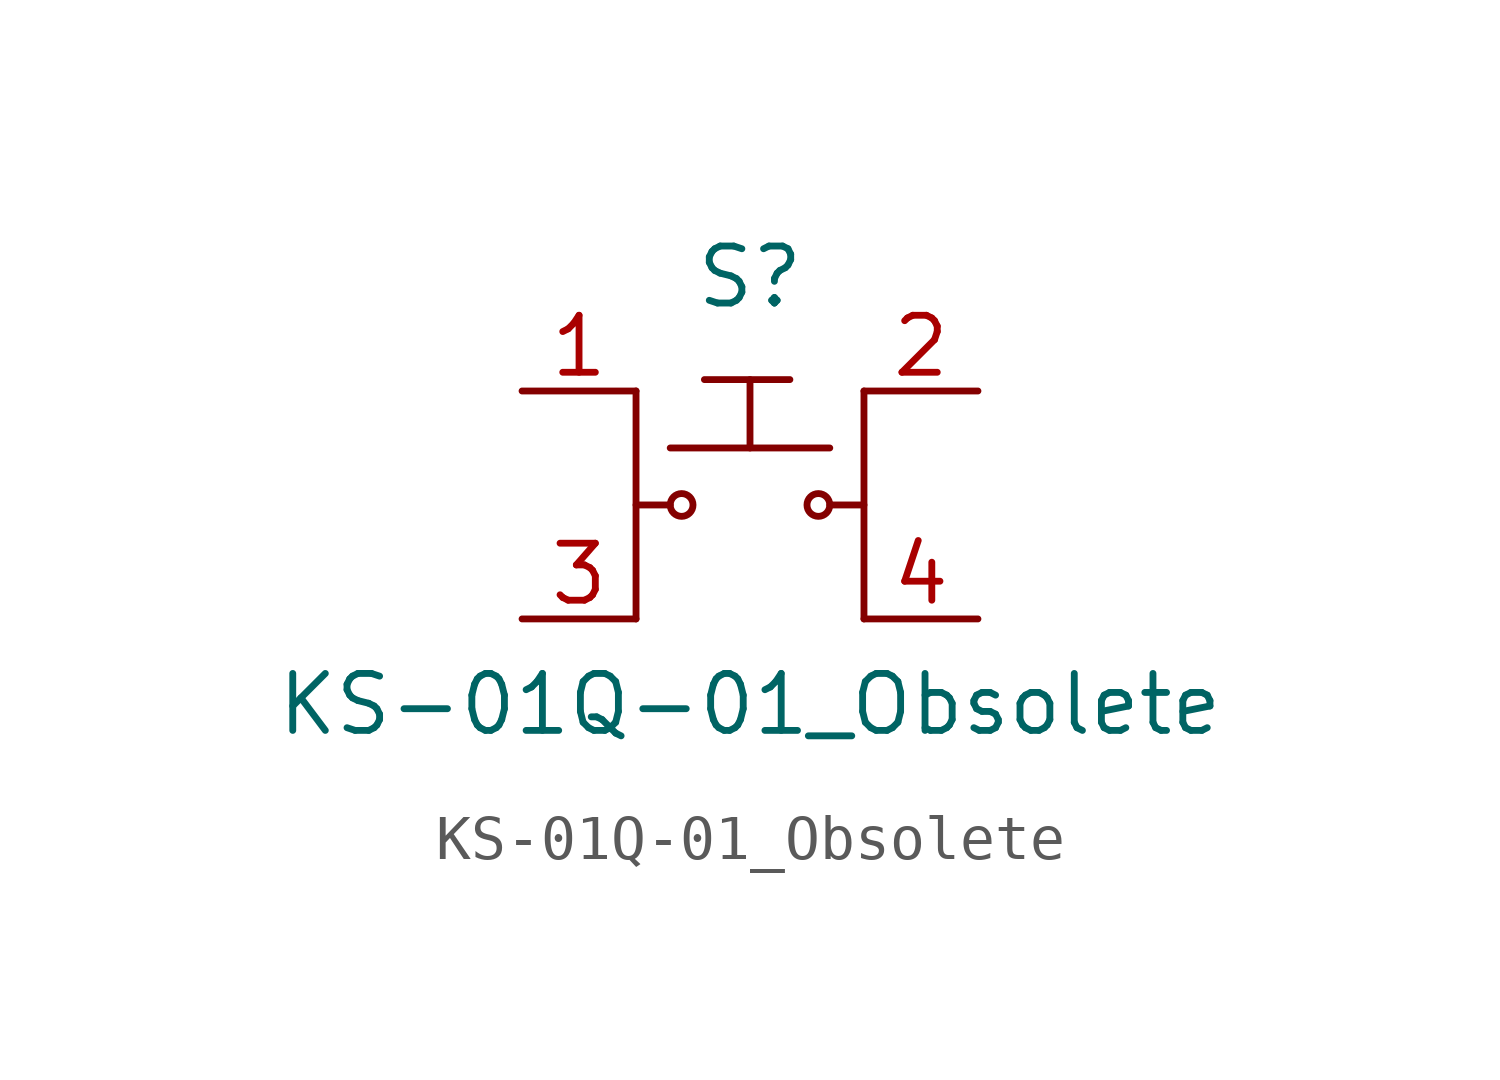
<source format=kicad_sym>
(kicad_symbol_lib
  (version 20220914)
  (generator kicad_symbol_editor)
  (symbol "KS-01Q-01_Obsolete"
    (pin_names
      (offset 1.016))
    (property "Reference" "S"
      (at 0 5.08 0)
      (effects (font (size 1.27 1.27))))
    (property "Value" "KS-01Q-01_Obsolete"
      (at 0 -4.445 0)
      (effects (font (size 1.27 1.27))))
    (symbol "KS-01Q-01_Obsolete_0_1"
      (circle (center -1.524 0) (radius 0.254) (stroke (width 0) (type solid)) (fill (type none)))
      (polyline (pts (xy -2.54 2.54) (xy -2.54 -2.54)) (stroke (width 0) (type solid)) (fill (type none)))
      (polyline (pts (xy -1.778 0) (xy -2.54 0)) (stroke (width 0) (type solid)) (fill (type none)))
      (polyline (pts (xy -1.778 1.27) (xy 1.778 1.27)) (stroke (width 0) (type solid)) (fill (type none)))
      (polyline (pts (xy 2.54 -2.54) (xy 2.54 2.54)) (stroke (width 0) (type solid)) (fill (type none)))
      (polyline (pts (xy 2.54 0) (xy 1.778 0)) (stroke (width 0) (type solid)) (fill (type none)))
      (circle (center 1.524 0) (radius 0.254) (stroke (width 0) (type solid)) (fill (type none))))
    (symbol "KS-01Q-01_Obsolete_1_1"
      (polyline (pts (xy -1.016 2.794) (xy 0.889 2.794)) (stroke (width 0) (type solid)) (fill (type none)))
      (polyline (pts (xy 0 2.794) (xy 0 1.27)) (stroke (width 0) (type solid)) (fill (type none)))
      (pin passive line (at -5.08 2.54 0) (length 2.54) (name "~" (effects (font (size 1.27 1.27)))) (number "1" (effects (font (size 1.27 1.27)))))
      (pin passive line (at 5.08 2.54 180) (length 2.54) (name "~" (effects (font (size 1.27 1.27)))) (number "2" (effects (font (size 1.27 1.27)))))
      (pin passive line (at -5.08 -2.54 0) (length 2.54) (name "~" (effects (font (size 1.27 1.27)))) (number "3" (effects (font (size 1.27 1.27)))))
      (pin passive line (at 5.08 -2.54 180) (length 2.54) (name "~" (effects (font (size 1.27 1.27)))) (number "4" (effects (font (size 1.27 1.27))))))))
</source>
